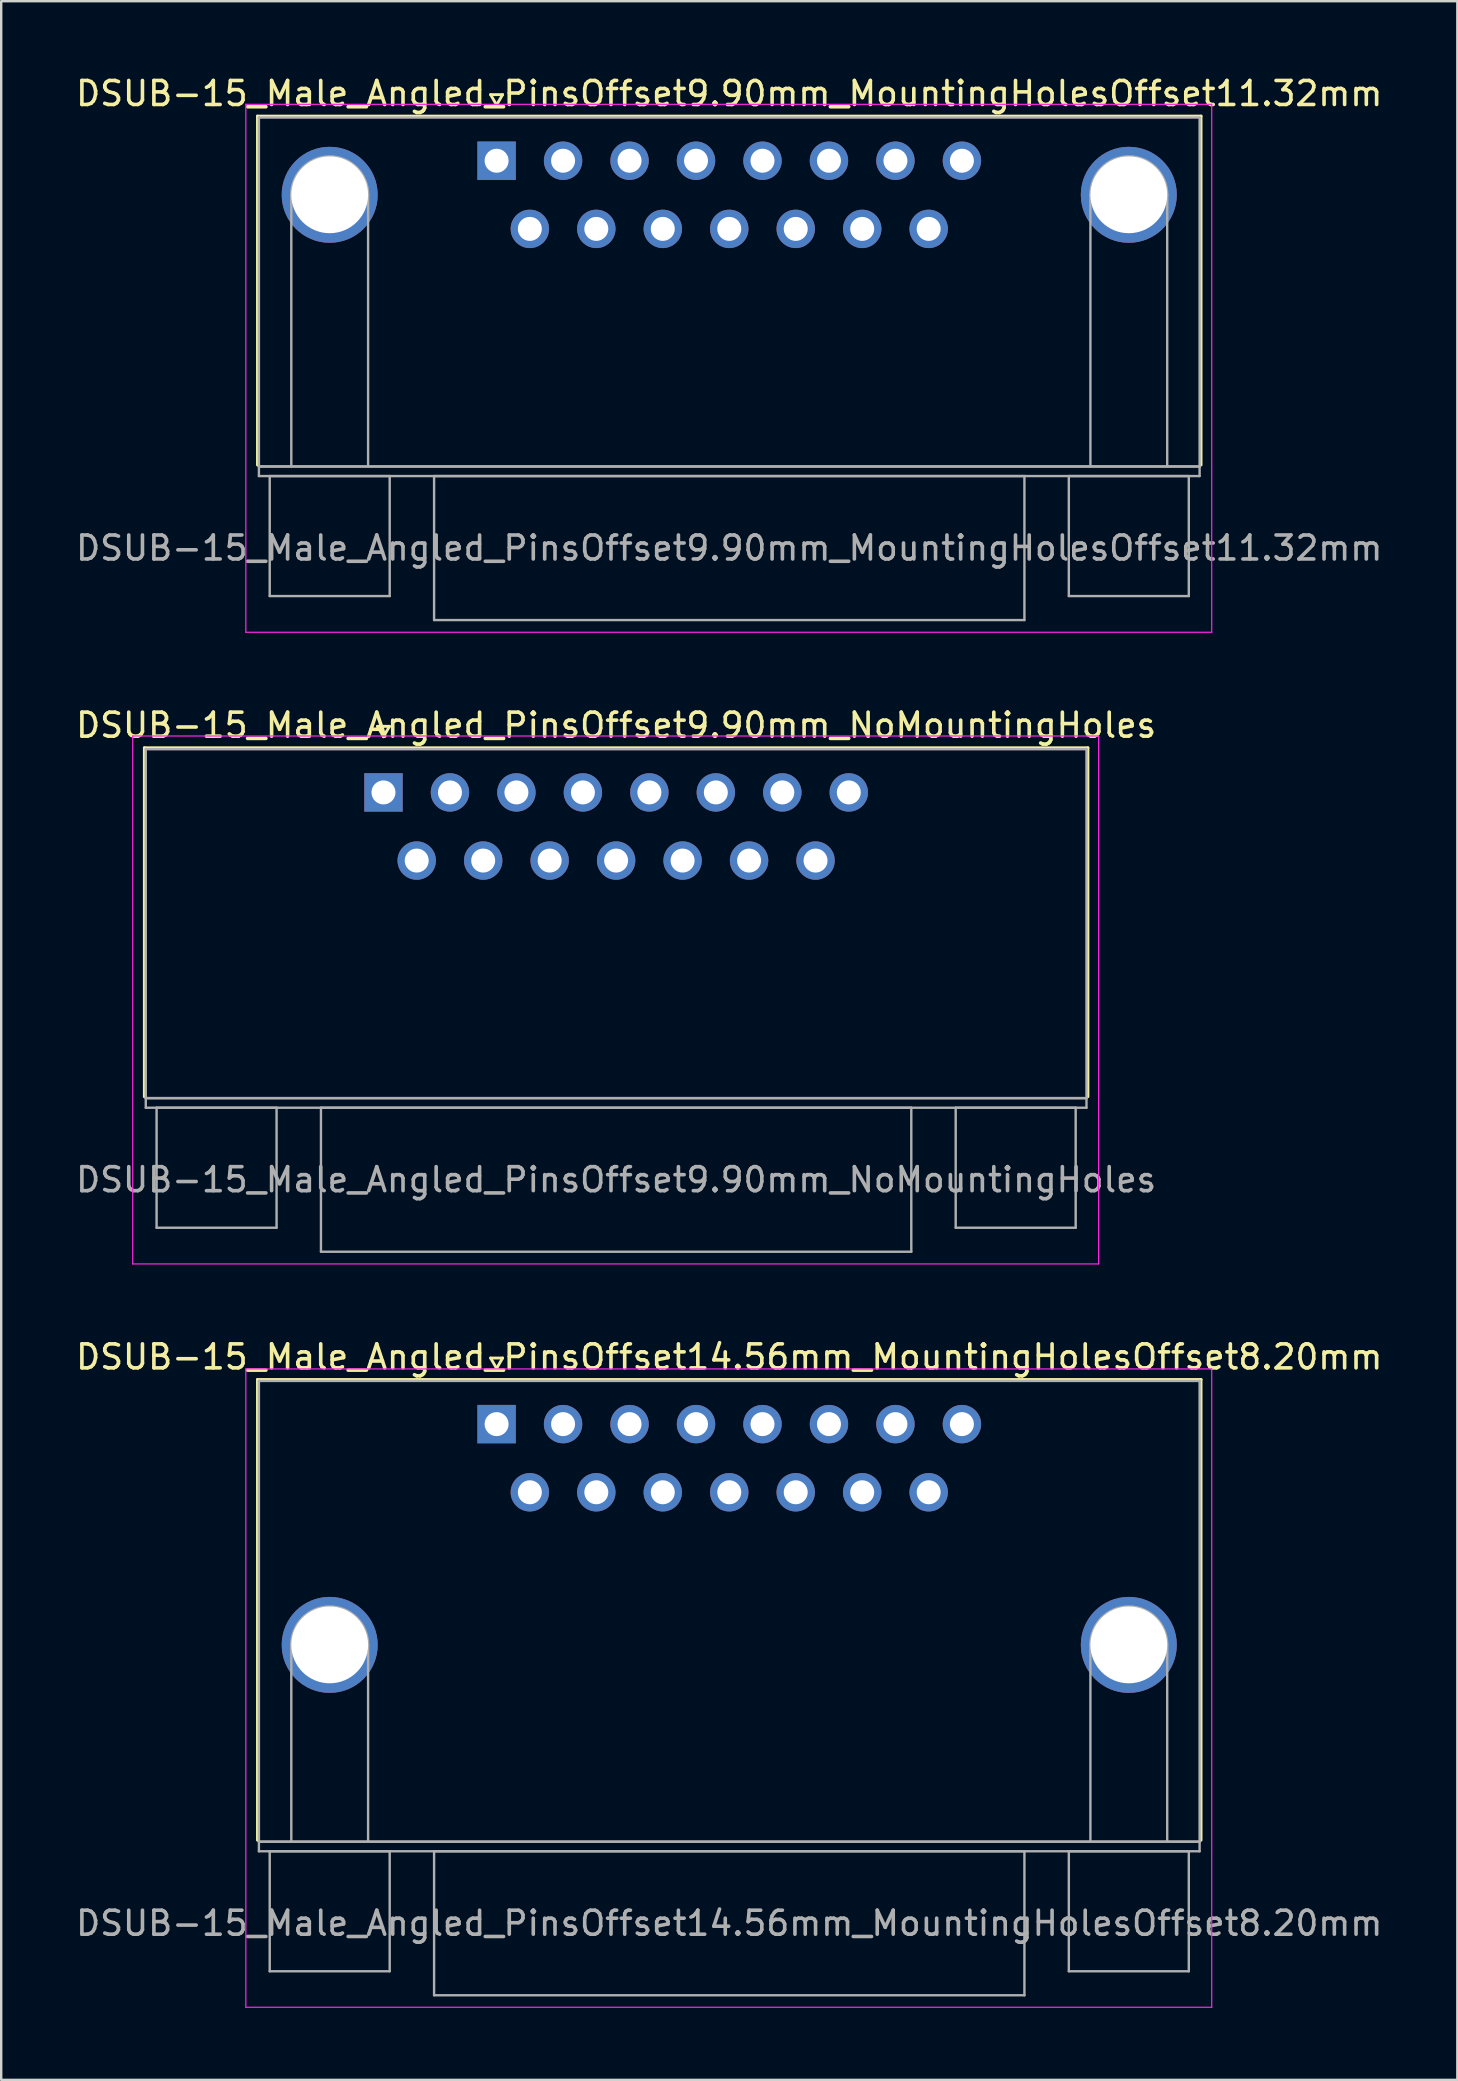
<source format=kicad_pcb>
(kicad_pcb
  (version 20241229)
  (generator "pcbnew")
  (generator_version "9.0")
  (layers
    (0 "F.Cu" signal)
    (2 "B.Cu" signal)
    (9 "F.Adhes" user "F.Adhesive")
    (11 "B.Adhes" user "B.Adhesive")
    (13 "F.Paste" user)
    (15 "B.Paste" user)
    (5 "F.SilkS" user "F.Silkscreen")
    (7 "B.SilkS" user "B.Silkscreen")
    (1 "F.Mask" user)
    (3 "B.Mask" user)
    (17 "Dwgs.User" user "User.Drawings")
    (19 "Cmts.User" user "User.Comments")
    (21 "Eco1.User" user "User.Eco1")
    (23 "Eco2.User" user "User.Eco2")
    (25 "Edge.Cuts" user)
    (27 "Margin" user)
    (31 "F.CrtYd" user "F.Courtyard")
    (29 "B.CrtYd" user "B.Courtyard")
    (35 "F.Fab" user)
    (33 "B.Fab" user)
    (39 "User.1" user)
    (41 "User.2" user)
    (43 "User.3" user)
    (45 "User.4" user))
  (footprint "DSUB-15_Male_Angled_PinsOffset9.90mm_MountingHolesOffset11.32mm"
    (layer "F.Cu")
    (at 17.644 3.648)
    (property "Reference" "DSUB-15_Male_Angled_PinsOffset9.90mm_MountingHolesOffset11.32mm" (at 9.695 -2.8 0) (layer "F.SilkS") (effects (font (size 1 1) (thickness 0.15))))
    (attr through_hole)
    (fp_line (start -9.965 -1.86) (end 29.355 -1.86) (stroke (width 0.12) (type solid)) (layer "F.SilkS"))
    (fp_line (start -9.965 12.68) (end -9.965 -1.86) (stroke (width 0.12) (type solid)) (layer "F.SilkS"))
    (fp_line (start -0.25 -2.754) (end 0.25 -2.754) (stroke (width 0.12) (type solid)) (layer "F.SilkS"))
    (fp_line (start 0 -2.321) (end -0.25 -2.754) (stroke (width 0.12) (type solid)) (layer "F.SilkS"))
    (fp_line (start 0.25 -2.754) (end 0 -2.321) (stroke (width 0.12) (type solid)) (layer "F.SilkS"))
    (fp_line (start 29.355 -1.86) (end 29.355 12.68) (stroke (width 0.12) (type solid)) (layer "F.SilkS"))
    (fp_line (start -10.45 -2.35) (end -10.45 19.65) (stroke (width 0.05) (type solid)) (layer "F.CrtYd"))
    (fp_line (start -10.45 19.65) (end 29.8 19.65) (stroke (width 0.05) (type solid)) (layer "F.CrtYd"))
    (fp_line (start 29.8 -2.35) (end -10.45 -2.35) (stroke (width 0.05) (type solid)) (layer "F.CrtYd"))
    (fp_line (start 29.8 19.65) (end 29.8 -2.35) (stroke (width 0.05) (type solid)) (layer "F.CrtYd"))
    (fp_line (start -9.905 -1.8) (end -9.905 12.74) (stroke (width 0.1) (type solid)) (layer "F.Fab"))
    (fp_line (start -9.905 12.74) (end -9.905 13.14) (stroke (width 0.1) (type solid)) (layer "F.Fab"))
    (fp_line (start -9.905 12.74) (end 29.295 12.74) (stroke (width 0.1) (type solid)) (layer "F.Fab"))
    (fp_line (start -9.905 13.14) (end 29.295 13.14) (stroke (width 0.1) (type solid)) (layer "F.Fab"))
    (fp_line (start -9.455 13.14) (end -9.455 18.14) (stroke (width 0.1) (type solid)) (layer "F.Fab"))
    (fp_line (start -9.455 18.14) (end -4.455 18.14) (stroke (width 0.1) (type solid)) (layer "F.Fab"))
    (fp_line (start -8.555 12.74) (end -8.555 1.42) (stroke (width 0.1) (type solid)) (layer "F.Fab"))
    (fp_line (start -5.355 12.74) (end -5.355 1.42) (stroke (width 0.1) (type solid)) (layer "F.Fab"))
    (fp_line (start -4.455 13.14) (end -9.455 13.14) (stroke (width 0.1) (type solid)) (layer "F.Fab"))
    (fp_line (start -4.455 18.14) (end -4.455 13.14) (stroke (width 0.1) (type solid)) (layer "F.Fab"))
    (fp_line (start -2.605 13.14) (end -2.605 19.14) (stroke (width 0.1) (type solid)) (layer "F.Fab"))
    (fp_line (start -2.605 19.14) (end 21.995 19.14) (stroke (width 0.1) (type solid)) (layer "F.Fab"))
    (fp_line (start 21.995 13.14) (end -2.605 13.14) (stroke (width 0.1) (type solid)) (layer "F.Fab"))
    (fp_line (start 21.995 19.14) (end 21.995 13.14) (stroke (width 0.1) (type solid)) (layer "F.Fab"))
    (fp_line (start 23.845 13.14) (end 23.845 18.14) (stroke (width 0.1) (type solid)) (layer "F.Fab"))
    (fp_line (start 23.845 18.14) (end 28.845 18.14) (stroke (width 0.1) (type solid)) (layer "F.Fab"))
    (fp_line (start 24.745 12.74) (end 24.745 1.42) (stroke (width 0.1) (type solid)) (layer "F.Fab"))
    (fp_line (start 27.945 12.74) (end 27.945 1.42) (stroke (width 0.1) (type solid)) (layer "F.Fab"))
    (fp_line (start 28.845 13.14) (end 23.845 13.14) (stroke (width 0.1) (type solid)) (layer "F.Fab"))
    (fp_line (start 28.845 18.14) (end 28.845 13.14) (stroke (width 0.1) (type solid)) (layer "F.Fab"))
    (fp_line (start 29.295 -1.8) (end -9.905 -1.8) (stroke (width 0.1) (type solid)) (layer "F.Fab"))
    (fp_line (start 29.295 12.74) (end -9.905 12.74) (stroke (width 0.1) (type solid)) (layer "F.Fab"))
    (fp_line (start 29.295 12.74) (end 29.295 -1.8) (stroke (width 0.1) (type solid)) (layer "F.Fab"))
    (fp_line (start 29.295 13.14) (end 29.295 12.74) (stroke (width 0.1) (type solid)) (layer "F.Fab"))
    (fp_arc (start -8.555 1.42) (mid -6.955 -0.18) (end -5.355 1.42) (stroke (width 0.1) (type solid)) (layer "F.Fab"))
    (fp_arc (start 24.745 1.42) (mid 26.345 -0.18) (end 27.945 1.42) (stroke (width 0.1) (type solid)) (layer "F.Fab"))
    (fp_text user "${REFERENCE}" (at 9.695 16.14 0) (layer "F.Fab") (effects (font (size 1 1) (thickness 0.15))))
    (pad "0" thru_hole circle (at -6.955 1.42) (size 4 4) (drill 3.2) (layers "*.Cu" "*.Mask"))
    (pad "0" thru_hole circle (at 26.345 1.42) (size 4 4) (drill 3.2) (layers "*.Cu" "*.Mask"))
    (pad "1" thru_hole rect (at 0 0) (size 1.6 1.6) (drill 1) (layers "*.Cu" "*.Mask"))
    (pad "2" thru_hole circle (at 2.77 0) (size 1.6 1.6) (drill 1) (layers "*.Cu" "*.Mask"))
    (pad "3" thru_hole circle (at 5.54 0) (size 1.6 1.6) (drill 1) (layers "*.Cu" "*.Mask"))
    (pad "4" thru_hole circle (at 8.31 0) (size 1.6 1.6) (drill 1) (layers "*.Cu" "*.Mask"))
    (pad "5" thru_hole circle (at 11.08 0) (size 1.6 1.6) (drill 1) (layers "*.Cu" "*.Mask"))
    (pad "6" thru_hole circle (at 13.85 0) (size 1.6 1.6) (drill 1) (layers "*.Cu" "*.Mask"))
    (pad "7" thru_hole circle (at 16.62 0) (size 1.6 1.6) (drill 1) (layers "*.Cu" "*.Mask"))
    (pad "8" thru_hole circle (at 19.39 0) (size 1.6 1.6) (drill 1) (layers "*.Cu" "*.Mask"))
    (pad "9" thru_hole circle (at 1.385 2.84) (size 1.6 1.6) (drill 1) (layers "*.Cu" "*.Mask"))
    (pad "10" thru_hole circle (at 4.155 2.84) (size 1.6 1.6) (drill 1) (layers "*.Cu" "*.Mask"))
    (pad "11" thru_hole circle (at 6.925 2.84) (size 1.6 1.6) (drill 1) (layers "*.Cu" "*.Mask"))
    (pad "12" thru_hole circle (at 9.695 2.84) (size 1.6 1.6) (drill 1) (layers "*.Cu" "*.Mask"))
    (pad "13" thru_hole circle (at 12.465 2.84) (size 1.6 1.6) (drill 1) (layers "*.Cu" "*.Mask"))
    (pad "14" thru_hole circle (at 15.235 2.84) (size 1.6 1.6) (drill 1) (layers "*.Cu" "*.Mask"))
    (pad "15" thru_hole circle (at 18.005 2.84) (size 1.6 1.6) (drill 1) (layers "*.Cu" "*.Mask")))
  (footprint "DSUB-15_Male_Angled_PinsOffset14.56mm_MountingHolesOffset8.20mm"
    (layer "F.Cu")
    (at 17.644 56.295)
    (property "Reference" "DSUB-15_Male_Angled_PinsOffset14.56mm_MountingHolesOffset8.20mm" (at 9.695 -2.8 0) (layer "F.SilkS") (effects (font (size 1 1) (thickness 0.15))))
    (attr through_hole)
    (fp_line (start -9.965 -1.86) (end 29.355 -1.86) (stroke (width 0.12) (type solid)) (layer "F.SilkS"))
    (fp_line (start -9.965 17.34) (end -9.965 -1.86) (stroke (width 0.12) (type solid)) (layer "F.SilkS"))
    (fp_line (start -0.25 -2.754) (end 0.25 -2.754) (stroke (width 0.12) (type solid)) (layer "F.SilkS"))
    (fp_line (start 0 -2.321) (end -0.25 -2.754) (stroke (width 0.12) (type solid)) (layer "F.SilkS"))
    (fp_line (start 0.25 -2.754) (end 0 -2.321) (stroke (width 0.12) (type solid)) (layer "F.SilkS"))
    (fp_line (start 29.355 -1.86) (end 29.355 17.34) (stroke (width 0.12) (type solid)) (layer "F.SilkS"))
    (fp_line (start -10.45 -2.3) (end -10.45 24.3) (stroke (width 0.05) (type solid)) (layer "F.CrtYd"))
    (fp_line (start -10.45 24.3) (end 29.8 24.3) (stroke (width 0.05) (type solid)) (layer "F.CrtYd"))
    (fp_line (start 29.8 -2.3) (end -10.45 -2.3) (stroke (width 0.05) (type solid)) (layer "F.CrtYd"))
    (fp_line (start 29.8 24.3) (end 29.8 -2.3) (stroke (width 0.05) (type solid)) (layer "F.CrtYd"))
    (fp_line (start -9.905 -1.8) (end -9.905 17.4) (stroke (width 0.1) (type solid)) (layer "F.Fab"))
    (fp_line (start -9.905 17.4) (end -9.905 17.8) (stroke (width 0.1) (type solid)) (layer "F.Fab"))
    (fp_line (start -9.905 17.4) (end 29.295 17.4) (stroke (width 0.1) (type solid)) (layer "F.Fab"))
    (fp_line (start -9.905 17.8) (end 29.295 17.8) (stroke (width 0.1) (type solid)) (layer "F.Fab"))
    (fp_line (start -9.455 17.8) (end -9.455 22.8) (stroke (width 0.1) (type solid)) (layer "F.Fab"))
    (fp_line (start -9.455 22.8) (end -4.455 22.8) (stroke (width 0.1) (type solid)) (layer "F.Fab"))
    (fp_line (start -8.555 17.4) (end -8.555 9.2) (stroke (width 0.1) (type solid)) (layer "F.Fab"))
    (fp_line (start -5.355 17.4) (end -5.355 9.2) (stroke (width 0.1) (type solid)) (layer "F.Fab"))
    (fp_line (start -4.455 17.8) (end -9.455 17.8) (stroke (width 0.1) (type solid)) (layer "F.Fab"))
    (fp_line (start -4.455 22.8) (end -4.455 17.8) (stroke (width 0.1) (type solid)) (layer "F.Fab"))
    (fp_line (start -2.605 17.8) (end -2.605 23.8) (stroke (width 0.1) (type solid)) (layer "F.Fab"))
    (fp_line (start -2.605 23.8) (end 21.995 23.8) (stroke (width 0.1) (type solid)) (layer "F.Fab"))
    (fp_line (start 21.995 17.8) (end -2.605 17.8) (stroke (width 0.1) (type solid)) (layer "F.Fab"))
    (fp_line (start 21.995 23.8) (end 21.995 17.8) (stroke (width 0.1) (type solid)) (layer "F.Fab"))
    (fp_line (start 23.845 17.8) (end 23.845 22.8) (stroke (width 0.1) (type solid)) (layer "F.Fab"))
    (fp_line (start 23.845 22.8) (end 28.845 22.8) (stroke (width 0.1) (type solid)) (layer "F.Fab"))
    (fp_line (start 24.745 17.4) (end 24.745 9.2) (stroke (width 0.1) (type solid)) (layer "F.Fab"))
    (fp_line (start 27.945 17.4) (end 27.945 9.2) (stroke (width 0.1) (type solid)) (layer "F.Fab"))
    (fp_line (start 28.845 17.8) (end 23.845 17.8) (stroke (width 0.1) (type solid)) (layer "F.Fab"))
    (fp_line (start 28.845 22.8) (end 28.845 17.8) (stroke (width 0.1) (type solid)) (layer "F.Fab"))
    (fp_line (start 29.295 -1.8) (end -9.905 -1.8) (stroke (width 0.1) (type solid)) (layer "F.Fab"))
    (fp_line (start 29.295 17.4) (end -9.905 17.4) (stroke (width 0.1) (type solid)) (layer "F.Fab"))
    (fp_line (start 29.295 17.4) (end 29.295 -1.8) (stroke (width 0.1) (type solid)) (layer "F.Fab"))
    (fp_line (start 29.295 17.8) (end 29.295 17.4) (stroke (width 0.1) (type solid)) (layer "F.Fab"))
    (fp_arc (start -8.555 9.2) (mid -6.955 7.6) (end -5.355 9.2) (stroke (width 0.1) (type solid)) (layer "F.Fab"))
    (fp_arc (start 24.745 9.2) (mid 26.345 7.6) (end 27.945 9.2) (stroke (width 0.1) (type solid)) (layer "F.Fab"))
    (fp_text user "${REFERENCE}" (at 9.695 20.8 0) (layer "F.Fab") (effects (font (size 1 1) (thickness 0.15))))
    (pad "0" thru_hole circle (at -6.955 9.2) (size 4 4) (drill 3.2) (layers "*.Cu" "*.Mask"))
    (pad "0" thru_hole circle (at 26.345 9.2) (size 4 4) (drill 3.2) (layers "*.Cu" "*.Mask"))
    (pad "1" thru_hole rect (at 0 0) (size 1.6 1.6) (drill 1) (layers "*.Cu" "*.Mask"))
    (pad "2" thru_hole circle (at 2.77 0) (size 1.6 1.6) (drill 1) (layers "*.Cu" "*.Mask"))
    (pad "3" thru_hole circle (at 5.54 0) (size 1.6 1.6) (drill 1) (layers "*.Cu" "*.Mask"))
    (pad "4" thru_hole circle (at 8.31 0) (size 1.6 1.6) (drill 1) (layers "*.Cu" "*.Mask"))
    (pad "5" thru_hole circle (at 11.08 0) (size 1.6 1.6) (drill 1) (layers "*.Cu" "*.Mask"))
    (pad "6" thru_hole circle (at 13.85 0) (size 1.6 1.6) (drill 1) (layers "*.Cu" "*.Mask"))
    (pad "7" thru_hole circle (at 16.62 0) (size 1.6 1.6) (drill 1) (layers "*.Cu" "*.Mask"))
    (pad "8" thru_hole circle (at 19.39 0) (size 1.6 1.6) (drill 1) (layers "*.Cu" "*.Mask"))
    (pad "9" thru_hole circle (at 1.385 2.84) (size 1.6 1.6) (drill 1) (layers "*.Cu" "*.Mask"))
    (pad "10" thru_hole circle (at 4.155 2.84) (size 1.6 1.6) (drill 1) (layers "*.Cu" "*.Mask"))
    (pad "11" thru_hole circle (at 6.925 2.84) (size 1.6 1.6) (drill 1) (layers "*.Cu" "*.Mask"))
    (pad "12" thru_hole circle (at 9.695 2.84) (size 1.6 1.6) (drill 1) (layers "*.Cu" "*.Mask"))
    (pad "13" thru_hole circle (at 12.465 2.84) (size 1.6 1.6) (drill 1) (layers "*.Cu" "*.Mask"))
    (pad "14" thru_hole circle (at 15.235 2.84) (size 1.6 1.6) (drill 1) (layers "*.Cu" "*.Mask"))
    (pad "15" thru_hole circle (at 18.005 2.84) (size 1.6 1.6) (drill 1) (layers "*.Cu" "*.Mask")))
  (footprint "DSUB-15_Male_Angled_PinsOffset9.90mm_NoMountingHoles"
    (layer "F.Cu")
    (at 12.93 29.971)
    (property "Reference" "DSUB-15_Male_Angled_PinsOffset9.90mm_NoMountingHoles" (at 9.695 -2.8 0) (layer "F.SilkS") (effects (font (size 1 1) (thickness 0.15))))
    (attr through_hole)
    (fp_line (start -9.965 -1.86) (end 29.355 -1.86) (stroke (width 0.12) (type solid)) (layer "F.SilkS"))
    (fp_line (start -9.965 12.68) (end -9.965 -1.86) (stroke (width 0.12) (type solid)) (layer "F.SilkS"))
    (fp_line (start -0.25 -2.754) (end 0.25 -2.754) (stroke (width 0.12) (type solid)) (layer "F.SilkS"))
    (fp_line (start 0 -2.321) (end -0.25 -2.754) (stroke (width 0.12) (type solid)) (layer "F.SilkS"))
    (fp_line (start 0.25 -2.754) (end 0 -2.321) (stroke (width 0.12) (type solid)) (layer "F.SilkS"))
    (fp_line (start 29.355 -1.86) (end 29.355 12.68) (stroke (width 0.12) (type solid)) (layer "F.SilkS"))
    (fp_line (start -10.45 -2.35) (end -10.45 19.65) (stroke (width 0.05) (type solid)) (layer "F.CrtYd"))
    (fp_line (start -10.45 19.65) (end 29.8 19.65) (stroke (width 0.05) (type solid)) (layer "F.CrtYd"))
    (fp_line (start 29.8 -2.35) (end -10.45 -2.35) (stroke (width 0.05) (type solid)) (layer "F.CrtYd"))
    (fp_line (start 29.8 19.65) (end 29.8 -2.35) (stroke (width 0.05) (type solid)) (layer "F.CrtYd"))
    (fp_line (start -9.905 -1.8) (end -9.905 12.74) (stroke (width 0.1) (type solid)) (layer "F.Fab"))
    (fp_line (start -9.905 12.74) (end -9.905 13.14) (stroke (width 0.1) (type solid)) (layer "F.Fab"))
    (fp_line (start -9.905 12.74) (end 29.295 12.74) (stroke (width 0.1) (type solid)) (layer "F.Fab"))
    (fp_line (start -9.905 13.14) (end 29.295 13.14) (stroke (width 0.1) (type solid)) (layer "F.Fab"))
    (fp_line (start -9.455 13.14) (end -9.455 18.14) (stroke (width 0.1) (type solid)) (layer "F.Fab"))
    (fp_line (start -9.455 18.14) (end -4.455 18.14) (stroke (width 0.1) (type solid)) (layer "F.Fab"))
    (fp_line (start -4.455 13.14) (end -9.455 13.14) (stroke (width 0.1) (type solid)) (layer "F.Fab"))
    (fp_line (start -4.455 18.14) (end -4.455 13.14) (stroke (width 0.1) (type solid)) (layer "F.Fab"))
    (fp_line (start -2.605 13.14) (end -2.605 19.14) (stroke (width 0.1) (type solid)) (layer "F.Fab"))
    (fp_line (start -2.605 19.14) (end 21.995 19.14) (stroke (width 0.1) (type solid)) (layer "F.Fab"))
    (fp_line (start 21.995 13.14) (end -2.605 13.14) (stroke (width 0.1) (type solid)) (layer "F.Fab"))
    (fp_line (start 21.995 19.14) (end 21.995 13.14) (stroke (width 0.1) (type solid)) (layer "F.Fab"))
    (fp_line (start 23.845 13.14) (end 23.845 18.14) (stroke (width 0.1) (type solid)) (layer "F.Fab"))
    (fp_line (start 23.845 18.14) (end 28.845 18.14) (stroke (width 0.1) (type solid)) (layer "F.Fab"))
    (fp_line (start 28.845 13.14) (end 23.845 13.14) (stroke (width 0.1) (type solid)) (layer "F.Fab"))
    (fp_line (start 28.845 18.14) (end 28.845 13.14) (stroke (width 0.1) (type solid)) (layer "F.Fab"))
    (fp_line (start 29.295 -1.8) (end -9.905 -1.8) (stroke (width 0.1) (type solid)) (layer "F.Fab"))
    (fp_line (start 29.295 12.74) (end -9.905 12.74) (stroke (width 0.1) (type solid)) (layer "F.Fab"))
    (fp_line (start 29.295 12.74) (end 29.295 -1.8) (stroke (width 0.1) (type solid)) (layer "F.Fab"))
    (fp_line (start 29.295 13.14) (end 29.295 12.74) (stroke (width 0.1) (type solid)) (layer "F.Fab"))
    (fp_text user "${REFERENCE}" (at 9.695 16.14 0) (layer "F.Fab") (effects (font (size 1 1) (thickness 0.15))))
    (pad "1" thru_hole rect (at 0 0) (size 1.6 1.6) (drill 1) (layers "*.Cu" "*.Mask"))
    (pad "2" thru_hole circle (at 2.77 0) (size 1.6 1.6) (drill 1) (layers "*.Cu" "*.Mask"))
    (pad "3" thru_hole circle (at 5.54 0) (size 1.6 1.6) (drill 1) (layers "*.Cu" "*.Mask"))
    (pad "4" thru_hole circle (at 8.31 0) (size 1.6 1.6) (drill 1) (layers "*.Cu" "*.Mask"))
    (pad "5" thru_hole circle (at 11.08 0) (size 1.6 1.6) (drill 1) (layers "*.Cu" "*.Mask"))
    (pad "6" thru_hole circle (at 13.85 0) (size 1.6 1.6) (drill 1) (layers "*.Cu" "*.Mask"))
    (pad "7" thru_hole circle (at 16.62 0) (size 1.6 1.6) (drill 1) (layers "*.Cu" "*.Mask"))
    (pad "8" thru_hole circle (at 19.39 0) (size 1.6 1.6) (drill 1) (layers "*.Cu" "*.Mask"))
    (pad "9" thru_hole circle (at 1.385 2.84) (size 1.6 1.6) (drill 1) (layers "*.Cu" "*.Mask"))
    (pad "10" thru_hole circle (at 4.155 2.84) (size 1.6 1.6) (drill 1) (layers "*.Cu" "*.Mask"))
    (pad "11" thru_hole circle (at 6.925 2.84) (size 1.6 1.6) (drill 1) (layers "*.Cu" "*.Mask"))
    (pad "12" thru_hole circle (at 9.695 2.84) (size 1.6 1.6) (drill 1) (layers "*.Cu" "*.Mask"))
    (pad "13" thru_hole circle (at 12.465 2.84) (size 1.6 1.6) (drill 1) (layers "*.Cu" "*.Mask"))
    (pad "14" thru_hole circle (at 15.235 2.84) (size 1.6 1.6) (drill 1) (layers "*.Cu" "*.Mask"))
    (pad "15" thru_hole circle (at 18.005 2.84) (size 1.6 1.6) (drill 1) (layers "*.Cu" "*.Mask")))
  (gr_rect
    (start -3 -3)
    (end 57.679 83.62)
    (stroke (width 0.1) (type default))
    (fill no)
    (layer "Edge.Cuts")))
</source>
